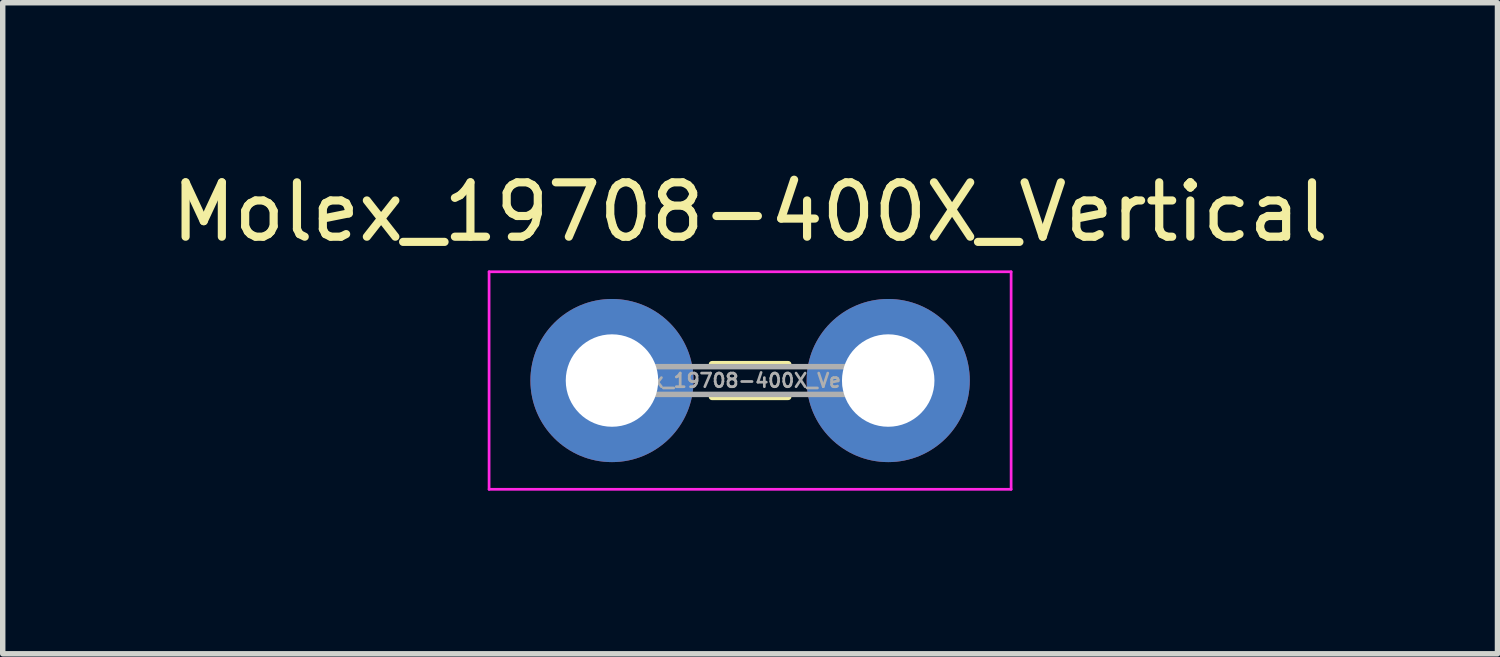
<source format=kicad_pcb>
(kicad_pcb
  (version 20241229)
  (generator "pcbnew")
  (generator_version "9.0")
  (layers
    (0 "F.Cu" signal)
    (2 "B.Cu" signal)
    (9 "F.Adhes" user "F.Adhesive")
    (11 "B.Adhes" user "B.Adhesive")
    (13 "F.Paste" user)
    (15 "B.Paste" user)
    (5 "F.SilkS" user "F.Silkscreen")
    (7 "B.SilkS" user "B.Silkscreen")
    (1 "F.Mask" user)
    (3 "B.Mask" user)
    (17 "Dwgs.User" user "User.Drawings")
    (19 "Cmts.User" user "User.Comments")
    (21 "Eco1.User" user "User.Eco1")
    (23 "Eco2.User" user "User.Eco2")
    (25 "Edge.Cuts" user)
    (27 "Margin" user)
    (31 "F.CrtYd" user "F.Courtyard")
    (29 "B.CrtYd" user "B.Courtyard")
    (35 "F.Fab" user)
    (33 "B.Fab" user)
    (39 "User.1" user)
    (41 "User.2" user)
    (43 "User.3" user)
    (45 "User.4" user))
  (footprint "Molex_19708-400X_Vertical"
    (layer "F.Cu")
    (at 8.204 3.948)
    (property "Reference" "Molex_19708-400X_Vertical" (at 2.54 -3.1 0) (layer "F.SilkS") (effects (font (size 1 1) (thickness 0.15))))
    (attr through_hole)
    (fp_line (start 1.84 -0.3) (end 3.24 -0.3) (stroke (width 0.12) (type solid)) (layer "F.SilkS"))
    (fp_line (start 1.84 0.3) (end 3.24 0.3) (stroke (width 0.12) (type solid)) (layer "F.SilkS"))
    (fp_line (start -2.26 -2) (end -2.26 2) (stroke (width 0.05) (type solid)) (layer "F.CrtYd"))
    (fp_line (start -2.26 2) (end 7.34 2) (stroke (width 0.05) (type solid)) (layer "F.CrtYd"))
    (fp_line (start 7.34 -2) (end -2.26 -2) (stroke (width 0.05) (type solid)) (layer "F.CrtYd"))
    (fp_line (start 7.34 2) (end 7.34 -2) (stroke (width 0.05) (type solid)) (layer "F.CrtYd"))
    (fp_line (start -0.61 -0.255) (end -0.61 0.255) (stroke (width 0.1) (type solid)) (layer "F.Fab"))
    (fp_line (start -0.61 0.255) (end 5.69 0.255) (stroke (width 0.1) (type solid)) (layer "F.Fab"))
    (fp_line (start 5.69 -0.255) (end -0.61 -0.255) (stroke (width 0.1) (type solid)) (layer "F.Fab"))
    (fp_line (start 5.69 0.255) (end 5.69 -0.255) (stroke (width 0.1) (type solid)) (layer "F.Fab"))
    (fp_text user "${REFERENCE}" (at 2.54 0 0) (layer "F.Fab") (effects (font (size 0.25 0.25) (thickness 0.05))))
    (pad "1" thru_hole circle (at 0 0) (size 3 3) (drill 1.7) (layers "*.Cu" "*.Mask"))
    (pad "1" thru_hole circle (at 5.08 0) (size 3 3) (drill 1.7) (layers "*.Cu" "*.Mask")))
  (gr_rect
    (start -3 -3)
    (end 24.488 8.973)
    (stroke (width 0.1) (type default))
    (fill no)
    (layer "Edge.Cuts")))
</source>
